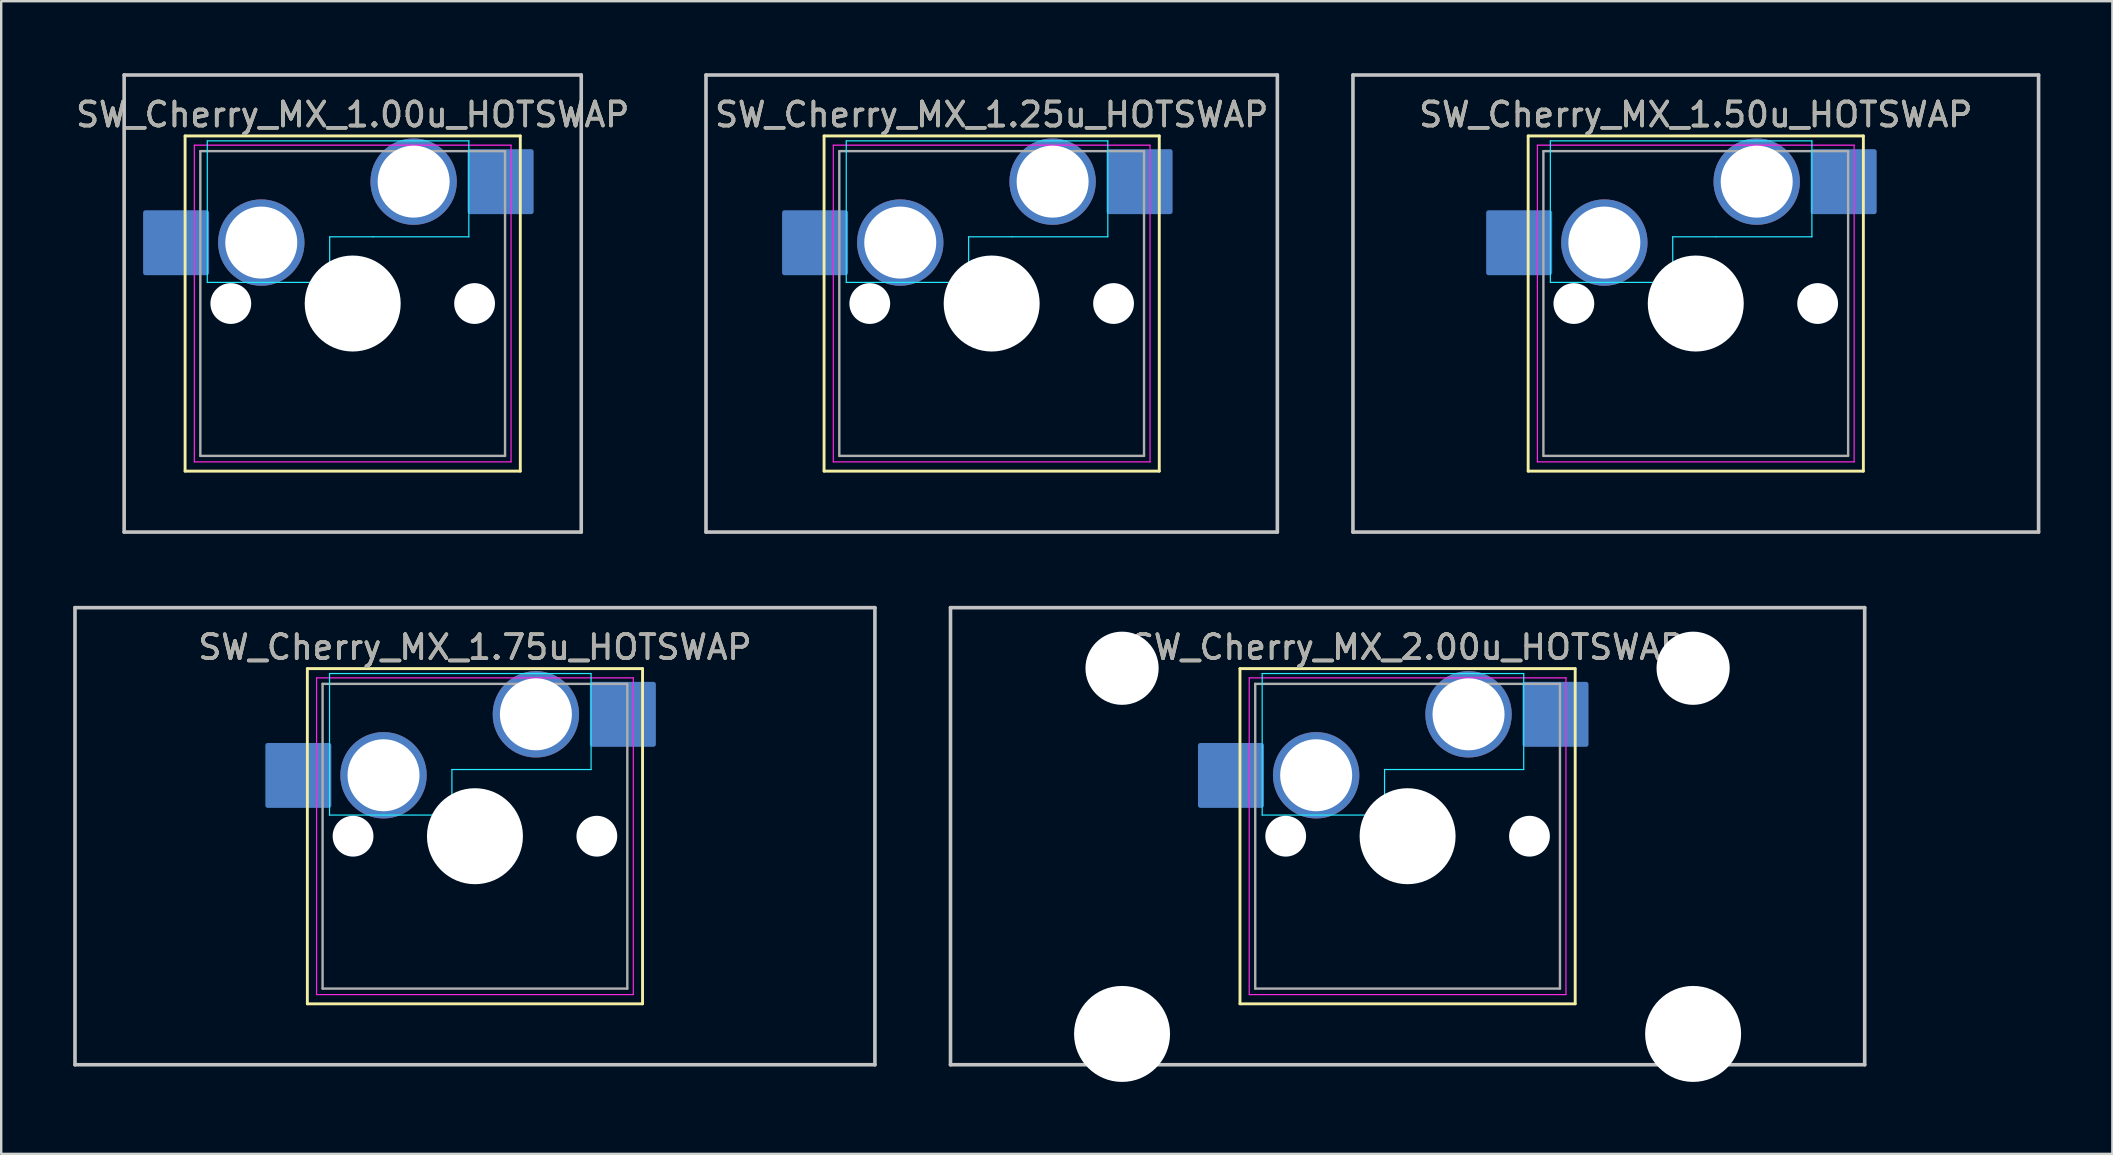
<source format=kicad_pcb>
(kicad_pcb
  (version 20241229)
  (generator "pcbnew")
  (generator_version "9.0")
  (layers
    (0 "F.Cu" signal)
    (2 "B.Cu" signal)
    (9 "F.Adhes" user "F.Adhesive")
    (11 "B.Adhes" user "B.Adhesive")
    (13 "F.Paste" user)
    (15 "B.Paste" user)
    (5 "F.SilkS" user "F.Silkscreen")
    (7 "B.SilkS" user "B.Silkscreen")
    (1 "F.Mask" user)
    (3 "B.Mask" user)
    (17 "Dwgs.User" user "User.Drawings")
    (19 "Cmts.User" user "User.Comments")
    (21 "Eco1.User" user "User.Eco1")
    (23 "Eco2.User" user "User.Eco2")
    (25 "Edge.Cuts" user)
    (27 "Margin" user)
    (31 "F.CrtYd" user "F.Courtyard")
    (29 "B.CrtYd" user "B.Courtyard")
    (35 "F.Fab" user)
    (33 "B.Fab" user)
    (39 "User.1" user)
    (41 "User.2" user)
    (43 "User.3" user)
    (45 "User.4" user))
  (footprint "SW_Cherry_MX_1.25u_HOTSWAP"
    (layer "F.Cu")
    (at 40.819 4.52)
    (property "Reference" "SW_Cherry_MX_1.25u_HOTSWAP" (at -2.54 -2.794 0) (layer "F.SilkS") (effects (font (size 1 1) (thickness 0.15))))
    (attr through_hole)
    (fp_rect (start -11.175 3.8) (end -8.625 1.294) (stroke (width 0.2) (type solid)) (fill yes) (layer "B.Cu"))
    (fp_rect (start 2.35 1.253) (end 4.9 -1.253) (stroke (width 0.2) (type solid)) (fill yes) (layer "B.Cu"))
    (fp_line (start -9.525 -1.905) (end 4.445 -1.905) (stroke (width 0.12) (type solid)) (layer "F.SilkS"))
    (fp_line (start -9.525 12.065) (end -9.525 -1.905) (stroke (width 0.12) (type solid)) (layer "F.SilkS"))
    (fp_line (start 4.445 -1.905) (end 4.445 12.065) (stroke (width 0.12) (type solid)) (layer "F.SilkS"))
    (fp_line (start 4.445 12.065) (end -9.525 12.065) (stroke (width 0.12) (type solid)) (layer "F.SilkS"))
    (fp_line (start -14.446 -4.445) (end 9.366 -4.445) (stroke (width 0.15) (type solid)) (layer "Dwgs.User"))
    (fp_line (start -14.446 14.605) (end -14.446 -4.445) (stroke (width 0.15) (type solid)) (layer "Dwgs.User"))
    (fp_line (start 9.366 -4.445) (end 9.366 14.605) (stroke (width 0.15) (type solid)) (layer "Dwgs.User"))
    (fp_line (start 9.366 14.605) (end -14.446 14.605) (stroke (width 0.15) (type solid)) (layer "Dwgs.User"))
    (fp_line (start -8.6 -1.7) (end -8.6 4.2) (stroke (width 0.05) (type solid)) (layer "B.CrtYd"))
    (fp_line (start -8.6 -1.7) (end 2.3 -1.7) (stroke (width 0.05) (type solid)) (layer "B.CrtYd"))
    (fp_line (start -8.6 4.2) (end -3.6 4.2) (stroke (width 0.05) (type solid)) (layer "B.CrtYd"))
    (fp_line (start -3.5 2.3) (end -3.5 4.2) (stroke (width 0.05) (type solid)) (layer "B.CrtYd"))
    (fp_line (start -3.5 4.2) (end -3.6 4.2) (stroke (width 0.05) (type solid)) (layer "B.CrtYd"))
    (fp_line (start -1.7 2.3) (end -3.5 2.3) (stroke (width 0.05) (type solid)) (layer "B.CrtYd"))
    (fp_line (start 2.3 -1.7) (end 2.3 2.3) (stroke (width 0.05) (type solid)) (layer "B.CrtYd"))
    (fp_line (start 2.3 2.3) (end -1.7 2.3) (stroke (width 0.05) (type solid)) (layer "B.CrtYd"))
    (fp_line (start -9.14 -1.52) (end 4.06 -1.52) (stroke (width 0.05) (type solid)) (layer "F.CrtYd"))
    (fp_line (start -9.14 11.68) (end -9.14 -1.52) (stroke (width 0.05) (type solid)) (layer "F.CrtYd"))
    (fp_line (start 4.06 -1.52) (end 4.06 11.68) (stroke (width 0.05) (type solid)) (layer "F.CrtYd"))
    (fp_line (start 4.06 11.68) (end -9.14 11.68) (stroke (width 0.05) (type solid)) (layer "F.CrtYd"))
    (fp_line (start -8.89 -1.27) (end 3.81 -1.27) (stroke (width 0.1) (type solid)) (layer "F.Fab"))
    (fp_line (start -8.89 11.43) (end -8.89 -1.27) (stroke (width 0.1) (type solid)) (layer "F.Fab"))
    (fp_line (start 3.81 -1.27) (end 3.81 11.43) (stroke (width 0.1) (type solid)) (layer "F.Fab"))
    (fp_line (start 3.81 11.43) (end -8.89 11.43) (stroke (width 0.1) (type solid)) (layer "F.Fab"))
    (fp_text user "${REFERENCE}" (at -2.54 -2.794 0) (layer "F.Fab") (effects (font (size 1 1) (thickness 0.15))))
    (pad "" np_thru_hole circle (at -7.62 5.08) (size 1.7 1.7) (drill 1.7) (layers "*.Cu" "*.Mask"))
    (pad "" np_thru_hole circle (at -2.54 5.08) (size 4 4) (drill 4) (layers "*.Cu" "*.Mask"))
    (pad "" np_thru_hole circle (at 2.54 5.08) (size 1.7 1.7) (drill 1.7) (layers "*.Cu" "*.Mask"))
    (pad "1" thru_hole circle (at 0 0) (size 3.6 3.6) (drill 3) (layers "*.Cu" "*.Mask"))
    (pad "2" thru_hole circle (at -6.35 2.54) (size 3.6 3.6) (drill 3) (layers "*.Cu" "*.Mask")))
  (footprint "SW_Cherry_MX_1.00u_HOTSWAP"
    (layer "F.Cu")
    (at 14.189 4.52)
    (property "Reference" "SW_Cherry_MX_1.00u_HOTSWAP" (at -2.54 -2.794 0) (layer "F.SilkS") (effects (font (size 1 1) (thickness 0.15))))
    (attr through_hole)
    (fp_rect (start -11.175 3.8) (end -8.625 1.294) (stroke (width 0.2) (type solid)) (fill yes) (layer "B.Cu"))
    (fp_rect (start 2.35 1.253) (end 4.9 -1.253) (stroke (width 0.2) (type solid)) (fill yes) (layer "B.Cu"))
    (fp_line (start -9.525 -1.905) (end 4.445 -1.905) (stroke (width 0.12) (type solid)) (layer "F.SilkS"))
    (fp_line (start -9.525 12.065) (end -9.525 -1.905) (stroke (width 0.12) (type solid)) (layer "F.SilkS"))
    (fp_line (start 4.445 -1.905) (end 4.445 12.065) (stroke (width 0.12) (type solid)) (layer "F.SilkS"))
    (fp_line (start 4.445 12.065) (end -9.525 12.065) (stroke (width 0.12) (type solid)) (layer "F.SilkS"))
    (fp_line (start -12.065 -4.445) (end 6.985 -4.445) (stroke (width 0.15) (type solid)) (layer "Dwgs.User"))
    (fp_line (start -12.065 14.605) (end -12.065 -4.445) (stroke (width 0.15) (type solid)) (layer "Dwgs.User"))
    (fp_line (start 6.985 -4.445) (end 6.985 14.605) (stroke (width 0.15) (type solid)) (layer "Dwgs.User"))
    (fp_line (start 6.985 14.605) (end -12.065 14.605) (stroke (width 0.15) (type solid)) (layer "Dwgs.User"))
    (fp_line (start -8.6 -1.7) (end -8.6 4.2) (stroke (width 0.05) (type solid)) (layer "B.CrtYd"))
    (fp_line (start -8.6 -1.7) (end 2.3 -1.7) (stroke (width 0.05) (type solid)) (layer "B.CrtYd"))
    (fp_line (start -8.6 4.2) (end -3.6 4.2) (stroke (width 0.05) (type solid)) (layer "B.CrtYd"))
    (fp_line (start -3.5 2.3) (end -3.5 4.2) (stroke (width 0.05) (type solid)) (layer "B.CrtYd"))
    (fp_line (start -3.5 4.2) (end -3.6 4.2) (stroke (width 0.05) (type solid)) (layer "B.CrtYd"))
    (fp_line (start -1.7 2.3) (end -3.5 2.3) (stroke (width 0.05) (type solid)) (layer "B.CrtYd"))
    (fp_line (start 2.3 -1.7) (end 2.3 2.3) (stroke (width 0.05) (type solid)) (layer "B.CrtYd"))
    (fp_line (start 2.3 2.3) (end -1.7 2.3) (stroke (width 0.05) (type solid)) (layer "B.CrtYd"))
    (fp_line (start -9.14 -1.52) (end 4.06 -1.52) (stroke (width 0.05) (type solid)) (layer "F.CrtYd"))
    (fp_line (start -9.14 11.68) (end -9.14 -1.52) (stroke (width 0.05) (type solid)) (layer "F.CrtYd"))
    (fp_line (start 4.06 -1.52) (end 4.06 11.68) (stroke (width 0.05) (type solid)) (layer "F.CrtYd"))
    (fp_line (start 4.06 11.68) (end -9.14 11.68) (stroke (width 0.05) (type solid)) (layer "F.CrtYd"))
    (fp_line (start -8.89 -1.27) (end 3.81 -1.27) (stroke (width 0.1) (type solid)) (layer "F.Fab"))
    (fp_line (start -8.89 11.43) (end -8.89 -1.27) (stroke (width 0.1) (type solid)) (layer "F.Fab"))
    (fp_line (start 3.81 -1.27) (end 3.81 11.43) (stroke (width 0.1) (type solid)) (layer "F.Fab"))
    (fp_line (start 3.81 11.43) (end -8.89 11.43) (stroke (width 0.1) (type solid)) (layer "F.Fab"))
    (fp_text user "${REFERENCE}" (at -2.54 -2.794 0) (layer "F.Fab") (effects (font (size 1 1) (thickness 0.15))))
    (pad "" np_thru_hole circle (at -7.62 5.08) (size 1.7 1.7) (drill 1.7) (layers "*.Cu" "*.Mask"))
    (pad "" np_thru_hole circle (at -2.54 5.08) (size 4 4) (drill 4) (layers "*.Cu" "*.Mask"))
    (pad "" np_thru_hole circle (at 2.54 5.08) (size 1.7 1.7) (drill 1.7) (layers "*.Cu" "*.Mask"))
    (pad "1" thru_hole circle (at 0 0) (size 3.6 3.6) (drill 3) (layers "*.Cu" "*.Mask"))
    (pad "2" thru_hole circle (at -6.35 2.54) (size 3.6 3.6) (drill 3) (layers "*.Cu" "*.Mask")))
  (footprint "SW_Cherry_MX_2.00u_HOTSWAP"
    (layer "F.Cu")
    (at 58.153 26.72)
    (property "Reference" "SW_Cherry_MX_2.00u_HOTSWAP" (at -2.54 -2.794 0) (layer "F.SilkS") (effects (font (size 1 1) (thickness 0.15))))
    (attr through_hole)
    (fp_rect (start -11.175 3.8) (end -8.625 1.294) (stroke (width 0.2) (type solid)) (fill yes) (layer "B.Cu"))
    (fp_rect (start 2.35 1.253) (end 4.9 -1.253) (stroke (width 0.2) (type solid)) (fill yes) (layer "B.Cu"))
    (fp_line (start -9.525 -1.905) (end 4.445 -1.905) (stroke (width 0.12) (type solid)) (layer "F.SilkS"))
    (fp_line (start -9.525 12.065) (end -9.525 -1.905) (stroke (width 0.12) (type solid)) (layer "F.SilkS"))
    (fp_line (start 4.445 -1.905) (end 4.445 12.065) (stroke (width 0.12) (type solid)) (layer "F.SilkS"))
    (fp_line (start 4.445 12.065) (end -9.525 12.065) (stroke (width 0.12) (type solid)) (layer "F.SilkS"))
    (fp_line (start -21.59 -4.445) (end 16.51 -4.445) (stroke (width 0.15) (type solid)) (layer "Dwgs.User"))
    (fp_line (start -21.59 14.605) (end -21.59 -4.445) (stroke (width 0.15) (type solid)) (layer "Dwgs.User"))
    (fp_line (start 16.51 -4.445) (end 16.51 14.605) (stroke (width 0.15) (type solid)) (layer "Dwgs.User"))
    (fp_line (start 16.51 14.605) (end -21.59 14.605) (stroke (width 0.15) (type solid)) (layer "Dwgs.User"))
    (fp_line (start -8.6 -1.7) (end -8.6 4.2) (stroke (width 0.05) (type solid)) (layer "B.CrtYd"))
    (fp_line (start -8.6 -1.7) (end 2.3 -1.7) (stroke (width 0.05) (type solid)) (layer "B.CrtYd"))
    (fp_line (start -8.6 4.2) (end -3.6 4.2) (stroke (width 0.05) (type solid)) (layer "B.CrtYd"))
    (fp_line (start -3.5 2.3) (end -3.5 4.2) (stroke (width 0.05) (type solid)) (layer "B.CrtYd"))
    (fp_line (start -3.5 4.2) (end -3.6 4.2) (stroke (width 0.05) (type solid)) (layer "B.CrtYd"))
    (fp_line (start -1.7 2.3) (end -3.5 2.3) (stroke (width 0.05) (type solid)) (layer "B.CrtYd"))
    (fp_line (start 2.3 -1.7) (end 2.3 2.3) (stroke (width 0.05) (type solid)) (layer "B.CrtYd"))
    (fp_line (start 2.3 2.3) (end -1.7 2.3) (stroke (width 0.05) (type solid)) (layer "B.CrtYd"))
    (fp_line (start -9.14 -1.52) (end 4.06 -1.52) (stroke (width 0.05) (type solid)) (layer "F.CrtYd"))
    (fp_line (start -9.14 11.68) (end -9.14 -1.52) (stroke (width 0.05) (type solid)) (layer "F.CrtYd"))
    (fp_line (start 4.06 -1.52) (end 4.06 11.68) (stroke (width 0.05) (type solid)) (layer "F.CrtYd"))
    (fp_line (start 4.06 11.68) (end -9.14 11.68) (stroke (width 0.05) (type solid)) (layer "F.CrtYd"))
    (fp_line (start -8.89 -1.27) (end 3.81 -1.27) (stroke (width 0.1) (type solid)) (layer "F.Fab"))
    (fp_line (start -8.89 11.43) (end -8.89 -1.27) (stroke (width 0.1) (type solid)) (layer "F.Fab"))
    (fp_line (start 3.81 -1.27) (end 3.81 11.43) (stroke (width 0.1) (type solid)) (layer "F.Fab"))
    (fp_line (start 3.81 11.43) (end -8.89 11.43) (stroke (width 0.1) (type solid)) (layer "F.Fab"))
    (fp_text user "${REFERENCE}" (at -2.54 -2.794 0) (layer "F.Fab") (effects (font (size 1 1) (thickness 0.15))))
    (pad "" np_thru_hole circle (at -14.44 -1.92) (size 3.05 3.05) (drill 3.05) (layers "*.Cu" "*.Mask"))
    (pad "" np_thru_hole circle (at -14.44 13.32) (size 4 4) (drill 4) (layers "*.Cu" "*.Mask"))
    (pad "" np_thru_hole circle (at -7.62 5.08) (size 1.7 1.7) (drill 1.7) (layers "*.Cu" "*.Mask"))
    (pad "" np_thru_hole circle (at -2.54 5.08) (size 4 4) (drill 4) (layers "*.Cu" "*.Mask"))
    (pad "" np_thru_hole circle (at 2.54 5.08) (size 1.7 1.7) (drill 1.7) (layers "*.Cu" "*.Mask"))
    (pad "" np_thru_hole circle (at 9.36 -1.92) (size 3.05 3.05) (drill 3.05) (layers "*.Cu" "*.Mask"))
    (pad "" np_thru_hole circle (at 9.36 13.32) (size 4 4) (drill 4) (layers "*.Cu" "*.Mask"))
    (pad "1" thru_hole circle (at 0 0) (size 3.6 3.6) (drill 3) (layers "*.Cu" "*.Mask"))
    (pad "2" thru_hole circle (at -6.35 2.54) (size 3.6 3.6) (drill 3) (layers "*.Cu" "*.Mask")))
  (footprint "SW_Cherry_MX_1.50u_HOTSWAP"
    (layer "F.Cu")
    (at 67.623 9.67)
    (property "Reference" "SW_Cherry_MX_1.50u_HOTSWAP" (at 0 -7.944 0) (layer "F.SilkS") (effects (font (size 1 1) (thickness 0.15))))
    (attr through_hole)
    (fp_rect (start -8.635 -1.35) (end -6.085 -3.856) (stroke (width 0.2) (type solid)) (fill yes) (layer "B.Cu"))
    (fp_rect (start 4.89 -3.897) (end 7.44 -6.403) (stroke (width 0.2) (type solid)) (fill yes) (layer "B.Cu"))
    (fp_line (start -6.985 -7.055) (end 6.985 -7.055) (stroke (width 0.12) (type solid)) (layer "F.SilkS"))
    (fp_line (start -6.985 6.915) (end -6.985 -7.055) (stroke (width 0.12) (type solid)) (layer "F.SilkS"))
    (fp_line (start 6.985 -7.055) (end 6.985 6.915) (stroke (width 0.12) (type solid)) (layer "F.SilkS"))
    (fp_line (start 6.985 6.915) (end -6.985 6.915) (stroke (width 0.12) (type solid)) (layer "F.SilkS"))
    (fp_line (start -14.287 -9.595) (end 14.287 -9.595) (stroke (width 0.15) (type solid)) (layer "Dwgs.User"))
    (fp_line (start -14.287 9.455) (end -14.287 -9.595) (stroke (width 0.15) (type solid)) (layer "Dwgs.User"))
    (fp_line (start 14.287 -9.595) (end 14.287 9.455) (stroke (width 0.15) (type solid)) (layer "Dwgs.User"))
    (fp_line (start 14.287 9.455) (end -14.287 9.455) (stroke (width 0.15) (type solid)) (layer "Dwgs.User"))
    (fp_line (start -6.06 -6.85) (end -6.06 -0.95) (stroke (width 0.05) (type solid)) (layer "B.CrtYd"))
    (fp_line (start -6.06 -6.85) (end 4.84 -6.85) (stroke (width 0.05) (type solid)) (layer "B.CrtYd"))
    (fp_line (start -6.06 -0.95) (end -1.06 -0.95) (stroke (width 0.05) (type solid)) (layer "B.CrtYd"))
    (fp_line (start -0.96 -2.85) (end -0.96 -0.95) (stroke (width 0.05) (type solid)) (layer "B.CrtYd"))
    (fp_line (start -0.96 -0.95) (end -1.06 -0.95) (stroke (width 0.05) (type solid)) (layer "B.CrtYd"))
    (fp_line (start 0.84 -2.85) (end -0.96 -2.85) (stroke (width 0.05) (type solid)) (layer "B.CrtYd"))
    (fp_line (start 4.84 -6.85) (end 4.84 -2.85) (stroke (width 0.05) (type solid)) (layer "B.CrtYd"))
    (fp_line (start 4.84 -2.85) (end 0.84 -2.85) (stroke (width 0.05) (type solid)) (layer "B.CrtYd"))
    (fp_line (start -6.6 -6.67) (end 6.6 -6.67) (stroke (width 0.05) (type solid)) (layer "F.CrtYd"))
    (fp_line (start -6.6 6.53) (end -6.6 -6.67) (stroke (width 0.05) (type solid)) (layer "F.CrtYd"))
    (fp_line (start 6.6 -6.67) (end 6.6 6.53) (stroke (width 0.05) (type solid)) (layer "F.CrtYd"))
    (fp_line (start 6.6 6.53) (end -6.6 6.53) (stroke (width 0.05) (type solid)) (layer "F.CrtYd"))
    (fp_line (start -6.35 -6.42) (end 6.35 -6.42) (stroke (width 0.1) (type solid)) (layer "F.Fab"))
    (fp_line (start -6.35 6.28) (end -6.35 -6.42) (stroke (width 0.1) (type solid)) (layer "F.Fab"))
    (fp_line (start 6.35 -6.42) (end 6.35 6.28) (stroke (width 0.1) (type solid)) (layer "F.Fab"))
    (fp_line (start 6.35 6.28) (end -6.35 6.28) (stroke (width 0.1) (type solid)) (layer "F.Fab"))
    (fp_text user "${REFERENCE}" (at 0 -7.944 0) (layer "F.Fab") (effects (font (size 1 1) (thickness 0.15))))
    (pad "" np_thru_hole circle (at -5.08 -0.07) (size 1.7 1.7) (drill 1.7) (layers "*.Cu" "*.Mask"))
    (pad "" np_thru_hole circle (at 0 -0.07) (size 4 4) (drill 4) (layers "*.Cu" "*.Mask"))
    (pad "" np_thru_hole circle (at 5.08 -0.07) (size 1.7 1.7) (drill 1.7) (layers "*.Cu" "*.Mask"))
    (pad "1" thru_hole circle (at 2.54 -5.15) (size 3.6 3.6) (drill 3) (layers "*.Cu" "*.Mask"))
    (pad "2" thru_hole circle (at -3.81 -2.61) (size 3.6 3.6) (drill 3) (layers "*.Cu" "*.Mask")))
  (footprint "SW_Cherry_MX_1.75u_HOTSWAP"
    (layer "F.Cu")
    (at 19.284 26.72)
    (property "Reference" "SW_Cherry_MX_1.75u_HOTSWAP" (at -2.54 -2.794 0) (layer "F.SilkS") (effects (font (size 1 1) (thickness 0.15))))
    (attr through_hole)
    (fp_rect (start -11.175 3.8) (end -8.625 1.294) (stroke (width 0.2) (type solid)) (fill yes) (layer "B.Cu"))
    (fp_rect (start 2.35 1.253) (end 4.9 -1.253) (stroke (width 0.2) (type solid)) (fill yes) (layer "B.Cu"))
    (fp_line (start -9.525 -1.905) (end 4.445 -1.905) (stroke (width 0.12) (type solid)) (layer "F.SilkS"))
    (fp_line (start -9.525 12.065) (end -9.525 -1.905) (stroke (width 0.12) (type solid)) (layer "F.SilkS"))
    (fp_line (start 4.445 -1.905) (end 4.445 12.065) (stroke (width 0.12) (type solid)) (layer "F.SilkS"))
    (fp_line (start 4.445 12.065) (end -9.525 12.065) (stroke (width 0.12) (type solid)) (layer "F.SilkS"))
    (fp_line (start -19.209 -4.445) (end 14.129 -4.445) (stroke (width 0.15) (type solid)) (layer "Dwgs.User"))
    (fp_line (start -19.209 14.605) (end -19.209 -4.445) (stroke (width 0.15) (type solid)) (layer "Dwgs.User"))
    (fp_line (start 14.129 -4.445) (end 14.129 14.605) (stroke (width 0.15) (type solid)) (layer "Dwgs.User"))
    (fp_line (start 14.129 14.605) (end -19.209 14.605) (stroke (width 0.15) (type solid)) (layer "Dwgs.User"))
    (fp_line (start -8.6 -1.7) (end -8.6 4.2) (stroke (width 0.05) (type solid)) (layer "B.CrtYd"))
    (fp_line (start -8.6 -1.7) (end 2.3 -1.7) (stroke (width 0.05) (type solid)) (layer "B.CrtYd"))
    (fp_line (start -8.6 4.2) (end -3.6 4.2) (stroke (width 0.05) (type solid)) (layer "B.CrtYd"))
    (fp_line (start -3.5 2.3) (end -3.5 4.2) (stroke (width 0.05) (type solid)) (layer "B.CrtYd"))
    (fp_line (start -3.5 4.2) (end -3.6 4.2) (stroke (width 0.05) (type solid)) (layer "B.CrtYd"))
    (fp_line (start -1.7 2.3) (end -3.5 2.3) (stroke (width 0.05) (type solid)) (layer "B.CrtYd"))
    (fp_line (start 2.3 -1.7) (end 2.3 2.3) (stroke (width 0.05) (type solid)) (layer "B.CrtYd"))
    (fp_line (start 2.3 2.3) (end -1.7 2.3) (stroke (width 0.05) (type solid)) (layer "B.CrtYd"))
    (fp_line (start -9.14 -1.52) (end 4.06 -1.52) (stroke (width 0.05) (type solid)) (layer "F.CrtYd"))
    (fp_line (start -9.14 11.68) (end -9.14 -1.52) (stroke (width 0.05) (type solid)) (layer "F.CrtYd"))
    (fp_line (start 4.06 -1.52) (end 4.06 11.68) (stroke (width 0.05) (type solid)) (layer "F.CrtYd"))
    (fp_line (start 4.06 11.68) (end -9.14 11.68) (stroke (width 0.05) (type solid)) (layer "F.CrtYd"))
    (fp_line (start -8.89 -1.27) (end 3.81 -1.27) (stroke (width 0.1) (type solid)) (layer "F.Fab"))
    (fp_line (start -8.89 11.43) (end -8.89 -1.27) (stroke (width 0.1) (type solid)) (layer "F.Fab"))
    (fp_line (start 3.81 -1.27) (end 3.81 11.43) (stroke (width 0.1) (type solid)) (layer "F.Fab"))
    (fp_line (start 3.81 11.43) (end -8.89 11.43) (stroke (width 0.1) (type solid)) (layer "F.Fab"))
    (fp_text user "${REFERENCE}" (at -2.54 -2.794 0) (layer "F.Fab") (effects (font (size 1 1) (thickness 0.15))))
    (pad "" np_thru_hole circle (at -7.62 5.08) (size 1.7 1.7) (drill 1.7) (layers "*.Cu" "*.Mask"))
    (pad "" np_thru_hole circle (at -2.54 5.08) (size 4 4) (drill 4) (layers "*.Cu" "*.Mask"))
    (pad "" np_thru_hole circle (at 2.54 5.08) (size 1.7 1.7) (drill 1.7) (layers "*.Cu" "*.Mask"))
    (pad "1" thru_hole circle (at 0 0) (size 3.6 3.6) (drill 3) (layers "*.Cu" "*.Mask"))
    (pad "2" thru_hole circle (at -6.35 2.54) (size 3.6 3.6) (drill 3) (layers "*.Cu" "*.Mask")))
  (gr_rect
    (start -3 -3)
    (end 84.985 45.04)
    (stroke (width 0.1) (type default))
    (fill no)
    (layer "Edge.Cuts")))
</source>
